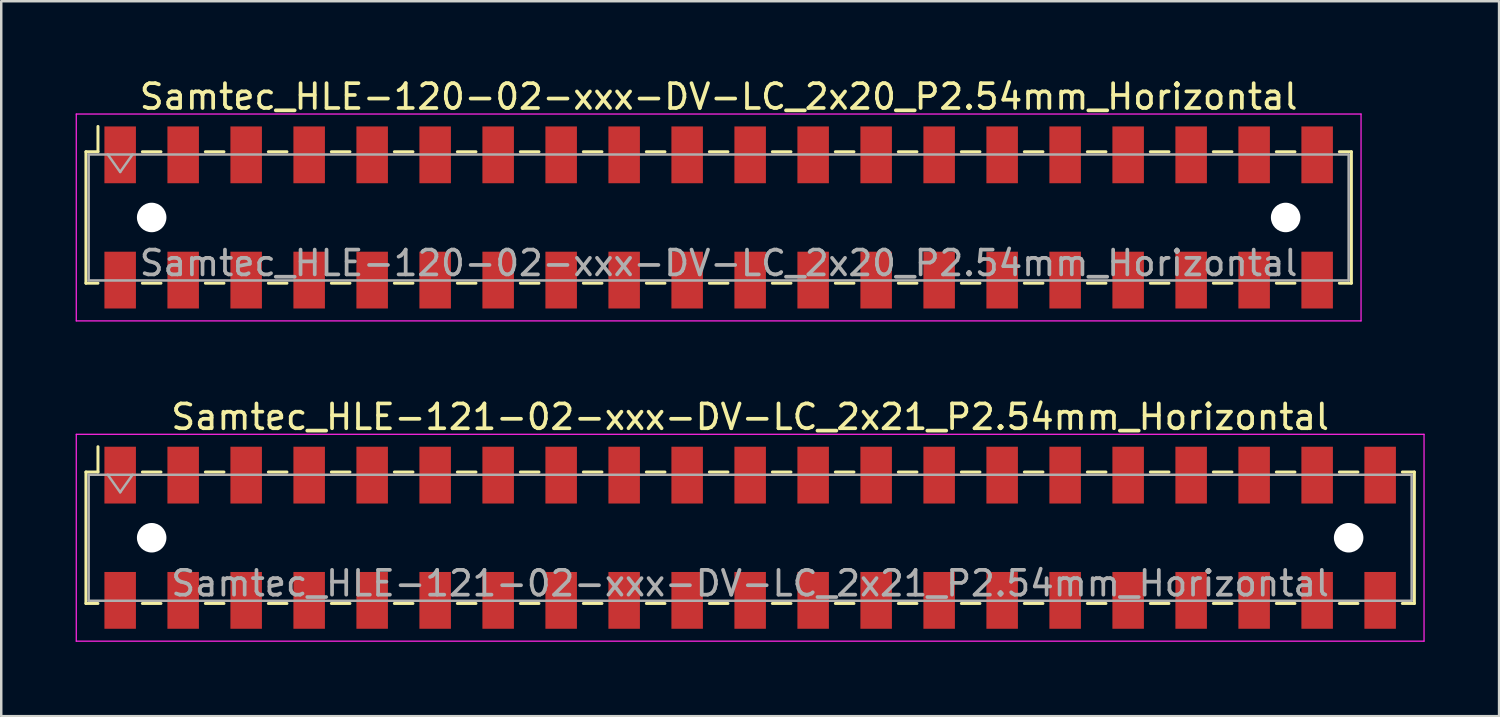
<source format=kicad_pcb>
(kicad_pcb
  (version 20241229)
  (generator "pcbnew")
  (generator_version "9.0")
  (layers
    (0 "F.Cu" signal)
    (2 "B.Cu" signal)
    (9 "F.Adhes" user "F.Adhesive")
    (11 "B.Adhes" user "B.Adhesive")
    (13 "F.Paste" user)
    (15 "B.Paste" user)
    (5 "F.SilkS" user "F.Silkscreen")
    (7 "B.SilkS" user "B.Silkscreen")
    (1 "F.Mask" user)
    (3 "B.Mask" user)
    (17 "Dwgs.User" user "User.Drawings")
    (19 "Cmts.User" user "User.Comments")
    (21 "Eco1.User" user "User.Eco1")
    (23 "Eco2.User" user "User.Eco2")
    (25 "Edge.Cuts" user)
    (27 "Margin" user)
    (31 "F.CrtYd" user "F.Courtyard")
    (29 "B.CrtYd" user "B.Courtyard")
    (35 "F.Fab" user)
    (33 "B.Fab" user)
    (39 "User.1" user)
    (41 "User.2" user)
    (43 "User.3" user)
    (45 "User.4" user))
  (footprint "Samtec_HLE-121-02-xxx-DV-LC_2x21_P2.54mm_Horizontal"
    (layer "F.Cu")
    (at 27.195 18.631)
    (property "Reference" "Samtec_HLE-121-02-xxx-DV-LC_2x21_P2.54mm_Horizontal" (at 0 -4.87 0) (layer "F.SilkS") (effects (font (size 1 1) (thickness 0.15))))
    (attr smd)
    (fp_line (start -26.78 -2.65) (end -26.78 2.65) (stroke (width 0.12) (type solid)) (layer "F.SilkS"))
    (fp_line (start -26.78 2.65) (end -26.295 2.65) (stroke (width 0.12) (type solid)) (layer "F.SilkS"))
    (fp_line (start -26.295 -3.67) (end -26.295 -2.65) (stroke (width 0.12) (type solid)) (layer "F.SilkS"))
    (fp_line (start -26.295 -2.65) (end -26.78 -2.65) (stroke (width 0.12) (type solid)) (layer "F.SilkS"))
    (fp_line (start -24.505 -2.65) (end -23.755 -2.65) (stroke (width 0.12) (type solid)) (layer "F.SilkS"))
    (fp_line (start -24.505 2.65) (end -23.755 2.65) (stroke (width 0.12) (type solid)) (layer "F.SilkS"))
    (fp_line (start -21.965 -2.65) (end -21.215 -2.65) (stroke (width 0.12) (type solid)) (layer "F.SilkS"))
    (fp_line (start -21.965 2.65) (end -21.215 2.65) (stroke (width 0.12) (type solid)) (layer "F.SilkS"))
    (fp_line (start -19.425 -2.65) (end -18.675 -2.65) (stroke (width 0.12) (type solid)) (layer "F.SilkS"))
    (fp_line (start -19.425 2.65) (end -18.675 2.65) (stroke (width 0.12) (type solid)) (layer "F.SilkS"))
    (fp_line (start -16.885 -2.65) (end -16.135 -2.65) (stroke (width 0.12) (type solid)) (layer "F.SilkS"))
    (fp_line (start -16.885 2.65) (end -16.135 2.65) (stroke (width 0.12) (type solid)) (layer "F.SilkS"))
    (fp_line (start -14.345 -2.65) (end -13.595 -2.65) (stroke (width 0.12) (type solid)) (layer "F.SilkS"))
    (fp_line (start -14.345 2.65) (end -13.595 2.65) (stroke (width 0.12) (type solid)) (layer "F.SilkS"))
    (fp_line (start -11.805 -2.65) (end -11.055 -2.65) (stroke (width 0.12) (type solid)) (layer "F.SilkS"))
    (fp_line (start -11.805 2.65) (end -11.055 2.65) (stroke (width 0.12) (type solid)) (layer "F.SilkS"))
    (fp_line (start -9.265 -2.65) (end -8.515 -2.65) (stroke (width 0.12) (type solid)) (layer "F.SilkS"))
    (fp_line (start -9.265 2.65) (end -8.515 2.65) (stroke (width 0.12) (type solid)) (layer "F.SilkS"))
    (fp_line (start -6.725 -2.65) (end -5.975 -2.65) (stroke (width 0.12) (type solid)) (layer "F.SilkS"))
    (fp_line (start -6.725 2.65) (end -5.975 2.65) (stroke (width 0.12) (type solid)) (layer "F.SilkS"))
    (fp_line (start -4.185 -2.65) (end -3.435 -2.65) (stroke (width 0.12) (type solid)) (layer "F.SilkS"))
    (fp_line (start -4.185 2.65) (end -3.435 2.65) (stroke (width 0.12) (type solid)) (layer "F.SilkS"))
    (fp_line (start -1.645 -2.65) (end -0.895 -2.65) (stroke (width 0.12) (type solid)) (layer "F.SilkS"))
    (fp_line (start -1.645 2.65) (end -0.895 2.65) (stroke (width 0.12) (type solid)) (layer "F.SilkS"))
    (fp_line (start 0.895 -2.65) (end 1.645 -2.65) (stroke (width 0.12) (type solid)) (layer "F.SilkS"))
    (fp_line (start 0.895 2.65) (end 1.645 2.65) (stroke (width 0.12) (type solid)) (layer "F.SilkS"))
    (fp_line (start 3.435 -2.65) (end 4.185 -2.65) (stroke (width 0.12) (type solid)) (layer "F.SilkS"))
    (fp_line (start 3.435 2.65) (end 4.185 2.65) (stroke (width 0.12) (type solid)) (layer "F.SilkS"))
    (fp_line (start 5.975 -2.65) (end 6.725 -2.65) (stroke (width 0.12) (type solid)) (layer "F.SilkS"))
    (fp_line (start 5.975 2.65) (end 6.725 2.65) (stroke (width 0.12) (type solid)) (layer "F.SilkS"))
    (fp_line (start 8.515 -2.65) (end 9.265 -2.65) (stroke (width 0.12) (type solid)) (layer "F.SilkS"))
    (fp_line (start 8.515 2.65) (end 9.265 2.65) (stroke (width 0.12) (type solid)) (layer "F.SilkS"))
    (fp_line (start 11.055 -2.65) (end 11.805 -2.65) (stroke (width 0.12) (type solid)) (layer "F.SilkS"))
    (fp_line (start 11.055 2.65) (end 11.805 2.65) (stroke (width 0.12) (type solid)) (layer "F.SilkS"))
    (fp_line (start 13.595 -2.65) (end 14.345 -2.65) (stroke (width 0.12) (type solid)) (layer "F.SilkS"))
    (fp_line (start 13.595 2.65) (end 14.345 2.65) (stroke (width 0.12) (type solid)) (layer "F.SilkS"))
    (fp_line (start 16.135 -2.65) (end 16.885 -2.65) (stroke (width 0.12) (type solid)) (layer "F.SilkS"))
    (fp_line (start 16.135 2.65) (end 16.885 2.65) (stroke (width 0.12) (type solid)) (layer "F.SilkS"))
    (fp_line (start 18.675 -2.65) (end 19.425 -2.65) (stroke (width 0.12) (type solid)) (layer "F.SilkS"))
    (fp_line (start 18.675 2.65) (end 19.425 2.65) (stroke (width 0.12) (type solid)) (layer "F.SilkS"))
    (fp_line (start 21.215 -2.65) (end 21.965 -2.65) (stroke (width 0.12) (type solid)) (layer "F.SilkS"))
    (fp_line (start 21.215 2.65) (end 21.965 2.65) (stroke (width 0.12) (type solid)) (layer "F.SilkS"))
    (fp_line (start 23.755 -2.65) (end 24.505 -2.65) (stroke (width 0.12) (type solid)) (layer "F.SilkS"))
    (fp_line (start 23.755 2.65) (end 24.505 2.65) (stroke (width 0.12) (type solid)) (layer "F.SilkS"))
    (fp_line (start 26.295 -2.65) (end 26.78 -2.65) (stroke (width 0.12) (type solid)) (layer "F.SilkS"))
    (fp_line (start 26.78 -2.65) (end 26.78 2.65) (stroke (width 0.12) (type solid)) (layer "F.SilkS"))
    (fp_line (start 26.78 2.65) (end 26.295 2.65) (stroke (width 0.12) (type solid)) (layer "F.SilkS"))
    (fp_line (start -27.17 -4.17) (end 27.17 -4.17) (stroke (width 0.05) (type solid)) (layer "F.CrtYd"))
    (fp_line (start -27.17 4.17) (end -27.17 -4.17) (stroke (width 0.05) (type solid)) (layer "F.CrtYd"))
    (fp_line (start 27.17 -4.17) (end 27.17 4.17) (stroke (width 0.05) (type solid)) (layer "F.CrtYd"))
    (fp_line (start 27.17 4.17) (end -27.17 4.17) (stroke (width 0.05) (type solid)) (layer "F.CrtYd"))
    (fp_line (start -26.67 -2.54) (end 26.67 -2.54) (stroke (width 0.1) (type solid)) (layer "F.Fab"))
    (fp_line (start -26.67 2.54) (end -26.67 -2.54) (stroke (width 0.1) (type solid)) (layer "F.Fab"))
    (fp_line (start -25.9 -2.54) (end -25.4 -1.833) (stroke (width 0.1) (type solid)) (layer "F.Fab"))
    (fp_line (start -25.4 -1.833) (end -24.9 -2.54) (stroke (width 0.1) (type solid)) (layer "F.Fab"))
    (fp_line (start 26.67 -2.54) (end 26.67 2.54) (stroke (width 0.1) (type solid)) (layer "F.Fab"))
    (fp_line (start 26.67 2.54) (end -26.67 2.54) (stroke (width 0.1) (type solid)) (layer "F.Fab"))
    (fp_text user "${REFERENCE}" (at 0 1.84 0) (layer "F.Fab") (effects (font (size 1 1) (thickness 0.15))))
    (pad "" np_thru_hole circle (at -24.13 0) (size 1.19 1.19) (drill 1.19) (layers "*.Cu" "*.Mask"))
    (pad "" np_thru_hole circle (at 24.13 0) (size 1.19 1.19) (drill 1.19) (layers "*.Cu" "*.Mask"))
    (pad "1" smd rect (at -25.4 -2.525) (size 1.27 2.29) (layers "F.Cu" "F.Mask" "F.Paste"))
    (pad "2" smd rect (at -25.4 2.525) (size 1.27 2.29) (layers "F.Cu" "F.Mask" "F.Paste"))
    (pad "3" smd rect (at -22.86 -2.525) (size 1.27 2.29) (layers "F.Cu" "F.Mask" "F.Paste"))
    (pad "4" smd rect (at -22.86 2.525) (size 1.27 2.29) (layers "F.Cu" "F.Mask" "F.Paste"))
    (pad "5" smd rect (at -20.32 -2.525) (size 1.27 2.29) (layers "F.Cu" "F.Mask" "F.Paste"))
    (pad "6" smd rect (at -20.32 2.525) (size 1.27 2.29) (layers "F.Cu" "F.Mask" "F.Paste"))
    (pad "7" smd rect (at -17.78 -2.525) (size 1.27 2.29) (layers "F.Cu" "F.Mask" "F.Paste"))
    (pad "8" smd rect (at -17.78 2.525) (size 1.27 2.29) (layers "F.Cu" "F.Mask" "F.Paste"))
    (pad "9" smd rect (at -15.24 -2.525) (size 1.27 2.29) (layers "F.Cu" "F.Mask" "F.Paste"))
    (pad "10" smd rect (at -15.24 2.525) (size 1.27 2.29) (layers "F.Cu" "F.Mask" "F.Paste"))
    (pad "11" smd rect (at -12.7 -2.525) (size 1.27 2.29) (layers "F.Cu" "F.Mask" "F.Paste"))
    (pad "12" smd rect (at -12.7 2.525) (size 1.27 2.29) (layers "F.Cu" "F.Mask" "F.Paste"))
    (pad "13" smd rect (at -10.16 -2.525) (size 1.27 2.29) (layers "F.Cu" "F.Mask" "F.Paste"))
    (pad "14" smd rect (at -10.16 2.525) (size 1.27 2.29) (layers "F.Cu" "F.Mask" "F.Paste"))
    (pad "15" smd rect (at -7.62 -2.525) (size 1.27 2.29) (layers "F.Cu" "F.Mask" "F.Paste"))
    (pad "16" smd rect (at -7.62 2.525) (size 1.27 2.29) (layers "F.Cu" "F.Mask" "F.Paste"))
    (pad "17" smd rect (at -5.08 -2.525) (size 1.27 2.29) (layers "F.Cu" "F.Mask" "F.Paste"))
    (pad "18" smd rect (at -5.08 2.525) (size 1.27 2.29) (layers "F.Cu" "F.Mask" "F.Paste"))
    (pad "19" smd rect (at -2.54 -2.525) (size 1.27 2.29) (layers "F.Cu" "F.Mask" "F.Paste"))
    (pad "20" smd rect (at -2.54 2.525) (size 1.27 2.29) (layers "F.Cu" "F.Mask" "F.Paste"))
    (pad "21" smd rect (at 0 -2.525) (size 1.27 2.29) (layers "F.Cu" "F.Mask" "F.Paste"))
    (pad "22" smd rect (at 0 2.525) (size 1.27 2.29) (layers "F.Cu" "F.Mask" "F.Paste"))
    (pad "23" smd rect (at 2.54 -2.525) (size 1.27 2.29) (layers "F.Cu" "F.Mask" "F.Paste"))
    (pad "24" smd rect (at 2.54 2.525) (size 1.27 2.29) (layers "F.Cu" "F.Mask" "F.Paste"))
    (pad "25" smd rect (at 5.08 -2.525) (size 1.27 2.29) (layers "F.Cu" "F.Mask" "F.Paste"))
    (pad "26" smd rect (at 5.08 2.525) (size 1.27 2.29) (layers "F.Cu" "F.Mask" "F.Paste"))
    (pad "27" smd rect (at 7.62 -2.525) (size 1.27 2.29) (layers "F.Cu" "F.Mask" "F.Paste"))
    (pad "28" smd rect (at 7.62 2.525) (size 1.27 2.29) (layers "F.Cu" "F.Mask" "F.Paste"))
    (pad "29" smd rect (at 10.16 -2.525) (size 1.27 2.29) (layers "F.Cu" "F.Mask" "F.Paste"))
    (pad "30" smd rect (at 10.16 2.525) (size 1.27 2.29) (layers "F.Cu" "F.Mask" "F.Paste"))
    (pad "31" smd rect (at 12.7 -2.525) (size 1.27 2.29) (layers "F.Cu" "F.Mask" "F.Paste"))
    (pad "32" smd rect (at 12.7 2.525) (size 1.27 2.29) (layers "F.Cu" "F.Mask" "F.Paste"))
    (pad "33" smd rect (at 15.24 -2.525) (size 1.27 2.29) (layers "F.Cu" "F.Mask" "F.Paste"))
    (pad "34" smd rect (at 15.24 2.525) (size 1.27 2.29) (layers "F.Cu" "F.Mask" "F.Paste"))
    (pad "35" smd rect (at 17.78 -2.525) (size 1.27 2.29) (layers "F.Cu" "F.Mask" "F.Paste"))
    (pad "36" smd rect (at 17.78 2.525) (size 1.27 2.29) (layers "F.Cu" "F.Mask" "F.Paste"))
    (pad "37" smd rect (at 20.32 -2.525) (size 1.27 2.29) (layers "F.Cu" "F.Mask" "F.Paste"))
    (pad "38" smd rect (at 20.32 2.525) (size 1.27 2.29) (layers "F.Cu" "F.Mask" "F.Paste"))
    (pad "39" smd rect (at 22.86 -2.525) (size 1.27 2.29) (layers "F.Cu" "F.Mask" "F.Paste"))
    (pad "40" smd rect (at 22.86 2.525) (size 1.27 2.29) (layers "F.Cu" "F.Mask" "F.Paste"))
    (pad "41" smd rect (at 25.4 -2.525) (size 1.27 2.29) (layers "F.Cu" "F.Mask" "F.Paste"))
    (pad "42" smd rect (at 25.4 2.525) (size 1.27 2.29) (layers "F.Cu" "F.Mask" "F.Paste")))
  (footprint "Samtec_HLE-120-02-xxx-DV-LC_2x20_P2.54mm_Horizontal"
    (layer "F.Cu")
    (at 25.925 5.718)
    (property "Reference" "Samtec_HLE-120-02-xxx-DV-LC_2x20_P2.54mm_Horizontal" (at 0 -4.87 0) (layer "F.SilkS") (effects (font (size 1 1) (thickness 0.15))))
    (attr smd)
    (fp_line (start -25.51 -2.65) (end -25.51 2.65) (stroke (width 0.12) (type solid)) (layer "F.SilkS"))
    (fp_line (start -25.51 2.65) (end -25.025 2.65) (stroke (width 0.12) (type solid)) (layer "F.SilkS"))
    (fp_line (start -25.025 -3.67) (end -25.025 -2.65) (stroke (width 0.12) (type solid)) (layer "F.SilkS"))
    (fp_line (start -25.025 -2.65) (end -25.51 -2.65) (stroke (width 0.12) (type solid)) (layer "F.SilkS"))
    (fp_line (start -23.235 -2.65) (end -22.485 -2.65) (stroke (width 0.12) (type solid)) (layer "F.SilkS"))
    (fp_line (start -23.235 2.65) (end -22.485 2.65) (stroke (width 0.12) (type solid)) (layer "F.SilkS"))
    (fp_line (start -20.695 -2.65) (end -19.945 -2.65) (stroke (width 0.12) (type solid)) (layer "F.SilkS"))
    (fp_line (start -20.695 2.65) (end -19.945 2.65) (stroke (width 0.12) (type solid)) (layer "F.SilkS"))
    (fp_line (start -18.155 -2.65) (end -17.405 -2.65) (stroke (width 0.12) (type solid)) (layer "F.SilkS"))
    (fp_line (start -18.155 2.65) (end -17.405 2.65) (stroke (width 0.12) (type solid)) (layer "F.SilkS"))
    (fp_line (start -15.615 -2.65) (end -14.865 -2.65) (stroke (width 0.12) (type solid)) (layer "F.SilkS"))
    (fp_line (start -15.615 2.65) (end -14.865 2.65) (stroke (width 0.12) (type solid)) (layer "F.SilkS"))
    (fp_line (start -13.075 -2.65) (end -12.325 -2.65) (stroke (width 0.12) (type solid)) (layer "F.SilkS"))
    (fp_line (start -13.075 2.65) (end -12.325 2.65) (stroke (width 0.12) (type solid)) (layer "F.SilkS"))
    (fp_line (start -10.535 -2.65) (end -9.785 -2.65) (stroke (width 0.12) (type solid)) (layer "F.SilkS"))
    (fp_line (start -10.535 2.65) (end -9.785 2.65) (stroke (width 0.12) (type solid)) (layer "F.SilkS"))
    (fp_line (start -7.995 -2.65) (end -7.245 -2.65) (stroke (width 0.12) (type solid)) (layer "F.SilkS"))
    (fp_line (start -7.995 2.65) (end -7.245 2.65) (stroke (width 0.12) (type solid)) (layer "F.SilkS"))
    (fp_line (start -5.455 -2.65) (end -4.705 -2.65) (stroke (width 0.12) (type solid)) (layer "F.SilkS"))
    (fp_line (start -5.455 2.65) (end -4.705 2.65) (stroke (width 0.12) (type solid)) (layer "F.SilkS"))
    (fp_line (start -2.915 -2.65) (end -2.165 -2.65) (stroke (width 0.12) (type solid)) (layer "F.SilkS"))
    (fp_line (start -2.915 2.65) (end -2.165 2.65) (stroke (width 0.12) (type solid)) (layer "F.SilkS"))
    (fp_line (start -0.375 -2.65) (end 0.375 -2.65) (stroke (width 0.12) (type solid)) (layer "F.SilkS"))
    (fp_line (start -0.375 2.65) (end 0.375 2.65) (stroke (width 0.12) (type solid)) (layer "F.SilkS"))
    (fp_line (start 2.165 -2.65) (end 2.915 -2.65) (stroke (width 0.12) (type solid)) (layer "F.SilkS"))
    (fp_line (start 2.165 2.65) (end 2.915 2.65) (stroke (width 0.12) (type solid)) (layer "F.SilkS"))
    (fp_line (start 4.705 -2.65) (end 5.455 -2.65) (stroke (width 0.12) (type solid)) (layer "F.SilkS"))
    (fp_line (start 4.705 2.65) (end 5.455 2.65) (stroke (width 0.12) (type solid)) (layer "F.SilkS"))
    (fp_line (start 7.245 -2.65) (end 7.995 -2.65) (stroke (width 0.12) (type solid)) (layer "F.SilkS"))
    (fp_line (start 7.245 2.65) (end 7.995 2.65) (stroke (width 0.12) (type solid)) (layer "F.SilkS"))
    (fp_line (start 9.785 -2.65) (end 10.535 -2.65) (stroke (width 0.12) (type solid)) (layer "F.SilkS"))
    (fp_line (start 9.785 2.65) (end 10.535 2.65) (stroke (width 0.12) (type solid)) (layer "F.SilkS"))
    (fp_line (start 12.325 -2.65) (end 13.075 -2.65) (stroke (width 0.12) (type solid)) (layer "F.SilkS"))
    (fp_line (start 12.325 2.65) (end 13.075 2.65) (stroke (width 0.12) (type solid)) (layer "F.SilkS"))
    (fp_line (start 14.865 -2.65) (end 15.615 -2.65) (stroke (width 0.12) (type solid)) (layer "F.SilkS"))
    (fp_line (start 14.865 2.65) (end 15.615 2.65) (stroke (width 0.12) (type solid)) (layer "F.SilkS"))
    (fp_line (start 17.405 -2.65) (end 18.155 -2.65) (stroke (width 0.12) (type solid)) (layer "F.SilkS"))
    (fp_line (start 17.405 2.65) (end 18.155 2.65) (stroke (width 0.12) (type solid)) (layer "F.SilkS"))
    (fp_line (start 19.945 -2.65) (end 20.695 -2.65) (stroke (width 0.12) (type solid)) (layer "F.SilkS"))
    (fp_line (start 19.945 2.65) (end 20.695 2.65) (stroke (width 0.12) (type solid)) (layer "F.SilkS"))
    (fp_line (start 22.485 -2.65) (end 23.235 -2.65) (stroke (width 0.12) (type solid)) (layer "F.SilkS"))
    (fp_line (start 22.485 2.65) (end 23.235 2.65) (stroke (width 0.12) (type solid)) (layer "F.SilkS"))
    (fp_line (start 25.025 -2.65) (end 25.51 -2.65) (stroke (width 0.12) (type solid)) (layer "F.SilkS"))
    (fp_line (start 25.51 -2.65) (end 25.51 2.65) (stroke (width 0.12) (type solid)) (layer "F.SilkS"))
    (fp_line (start 25.51 2.65) (end 25.025 2.65) (stroke (width 0.12) (type solid)) (layer "F.SilkS"))
    (fp_line (start -25.9 -4.17) (end 25.9 -4.17) (stroke (width 0.05) (type solid)) (layer "F.CrtYd"))
    (fp_line (start -25.9 4.17) (end -25.9 -4.17) (stroke (width 0.05) (type solid)) (layer "F.CrtYd"))
    (fp_line (start 25.9 -4.17) (end 25.9 4.17) (stroke (width 0.05) (type solid)) (layer "F.CrtYd"))
    (fp_line (start 25.9 4.17) (end -25.9 4.17) (stroke (width 0.05) (type solid)) (layer "F.CrtYd"))
    (fp_line (start -25.4 -2.54) (end 25.4 -2.54) (stroke (width 0.1) (type solid)) (layer "F.Fab"))
    (fp_line (start -25.4 2.54) (end -25.4 -2.54) (stroke (width 0.1) (type solid)) (layer "F.Fab"))
    (fp_line (start -24.63 -2.54) (end -24.13 -1.833) (stroke (width 0.1) (type solid)) (layer "F.Fab"))
    (fp_line (start -24.13 -1.833) (end -23.63 -2.54) (stroke (width 0.1) (type solid)) (layer "F.Fab"))
    (fp_line (start 25.4 -2.54) (end 25.4 2.54) (stroke (width 0.1) (type solid)) (layer "F.Fab"))
    (fp_line (start 25.4 2.54) (end -25.4 2.54) (stroke (width 0.1) (type solid)) (layer "F.Fab"))
    (fp_text user "${REFERENCE}" (at 0 1.84 0) (layer "F.Fab") (effects (font (size 1 1) (thickness 0.15))))
    (pad "" np_thru_hole circle (at -22.86 0) (size 1.19 1.19) (drill 1.19) (layers "*.Cu" "*.Mask"))
    (pad "" np_thru_hole circle (at 22.86 0) (size 1.19 1.19) (drill 1.19) (layers "*.Cu" "*.Mask"))
    (pad "1" smd rect (at -24.13 -2.525) (size 1.27 2.29) (layers "F.Cu" "F.Mask" "F.Paste"))
    (pad "2" smd rect (at -24.13 2.525) (size 1.27 2.29) (layers "F.Cu" "F.Mask" "F.Paste"))
    (pad "3" smd rect (at -21.59 -2.525) (size 1.27 2.29) (layers "F.Cu" "F.Mask" "F.Paste"))
    (pad "4" smd rect (at -21.59 2.525) (size 1.27 2.29) (layers "F.Cu" "F.Mask" "F.Paste"))
    (pad "5" smd rect (at -19.05 -2.525) (size 1.27 2.29) (layers "F.Cu" "F.Mask" "F.Paste"))
    (pad "6" smd rect (at -19.05 2.525) (size 1.27 2.29) (layers "F.Cu" "F.Mask" "F.Paste"))
    (pad "7" smd rect (at -16.51 -2.525) (size 1.27 2.29) (layers "F.Cu" "F.Mask" "F.Paste"))
    (pad "8" smd rect (at -16.51 2.525) (size 1.27 2.29) (layers "F.Cu" "F.Mask" "F.Paste"))
    (pad "9" smd rect (at -13.97 -2.525) (size 1.27 2.29) (layers "F.Cu" "F.Mask" "F.Paste"))
    (pad "10" smd rect (at -13.97 2.525) (size 1.27 2.29) (layers "F.Cu" "F.Mask" "F.Paste"))
    (pad "11" smd rect (at -11.43 -2.525) (size 1.27 2.29) (layers "F.Cu" "F.Mask" "F.Paste"))
    (pad "12" smd rect (at -11.43 2.525) (size 1.27 2.29) (layers "F.Cu" "F.Mask" "F.Paste"))
    (pad "13" smd rect (at -8.89 -2.525) (size 1.27 2.29) (layers "F.Cu" "F.Mask" "F.Paste"))
    (pad "14" smd rect (at -8.89 2.525) (size 1.27 2.29) (layers "F.Cu" "F.Mask" "F.Paste"))
    (pad "15" smd rect (at -6.35 -2.525) (size 1.27 2.29) (layers "F.Cu" "F.Mask" "F.Paste"))
    (pad "16" smd rect (at -6.35 2.525) (size 1.27 2.29) (layers "F.Cu" "F.Mask" "F.Paste"))
    (pad "17" smd rect (at -3.81 -2.525) (size 1.27 2.29) (layers "F.Cu" "F.Mask" "F.Paste"))
    (pad "18" smd rect (at -3.81 2.525) (size 1.27 2.29) (layers "F.Cu" "F.Mask" "F.Paste"))
    (pad "19" smd rect (at -1.27 -2.525) (size 1.27 2.29) (layers "F.Cu" "F.Mask" "F.Paste"))
    (pad "20" smd rect (at -1.27 2.525) (size 1.27 2.29) (layers "F.Cu" "F.Mask" "F.Paste"))
    (pad "21" smd rect (at 1.27 -2.525) (size 1.27 2.29) (layers "F.Cu" "F.Mask" "F.Paste"))
    (pad "22" smd rect (at 1.27 2.525) (size 1.27 2.29) (layers "F.Cu" "F.Mask" "F.Paste"))
    (pad "23" smd rect (at 3.81 -2.525) (size 1.27 2.29) (layers "F.Cu" "F.Mask" "F.Paste"))
    (pad "24" smd rect (at 3.81 2.525) (size 1.27 2.29) (layers "F.Cu" "F.Mask" "F.Paste"))
    (pad "25" smd rect (at 6.35 -2.525) (size 1.27 2.29) (layers "F.Cu" "F.Mask" "F.Paste"))
    (pad "26" smd rect (at 6.35 2.525) (size 1.27 2.29) (layers "F.Cu" "F.Mask" "F.Paste"))
    (pad "27" smd rect (at 8.89 -2.525) (size 1.27 2.29) (layers "F.Cu" "F.Mask" "F.Paste"))
    (pad "28" smd rect (at 8.89 2.525) (size 1.27 2.29) (layers "F.Cu" "F.Mask" "F.Paste"))
    (pad "29" smd rect (at 11.43 -2.525) (size 1.27 2.29) (layers "F.Cu" "F.Mask" "F.Paste"))
    (pad "30" smd rect (at 11.43 2.525) (size 1.27 2.29) (layers "F.Cu" "F.Mask" "F.Paste"))
    (pad "31" smd rect (at 13.97 -2.525) (size 1.27 2.29) (layers "F.Cu" "F.Mask" "F.Paste"))
    (pad "32" smd rect (at 13.97 2.525) (size 1.27 2.29) (layers "F.Cu" "F.Mask" "F.Paste"))
    (pad "33" smd rect (at 16.51 -2.525) (size 1.27 2.29) (layers "F.Cu" "F.Mask" "F.Paste"))
    (pad "34" smd rect (at 16.51 2.525) (size 1.27 2.29) (layers "F.Cu" "F.Mask" "F.Paste"))
    (pad "35" smd rect (at 19.05 -2.525) (size 1.27 2.29) (layers "F.Cu" "F.Mask" "F.Paste"))
    (pad "36" smd rect (at 19.05 2.525) (size 1.27 2.29) (layers "F.Cu" "F.Mask" "F.Paste"))
    (pad "37" smd rect (at 21.59 -2.525) (size 1.27 2.29) (layers "F.Cu" "F.Mask" "F.Paste"))
    (pad "38" smd rect (at 21.59 2.525) (size 1.27 2.29) (layers "F.Cu" "F.Mask" "F.Paste"))
    (pad "39" smd rect (at 24.13 -2.525) (size 1.27 2.29) (layers "F.Cu" "F.Mask" "F.Paste"))
    (pad "40" smd rect (at 24.13 2.525) (size 1.27 2.29) (layers "F.Cu" "F.Mask" "F.Paste")))
  (gr_rect
    (start -3 -3)
    (end 57.39 25.826)
    (stroke (width 0.1) (type default))
    (fill no)
    (layer "Edge.Cuts")))
</source>
